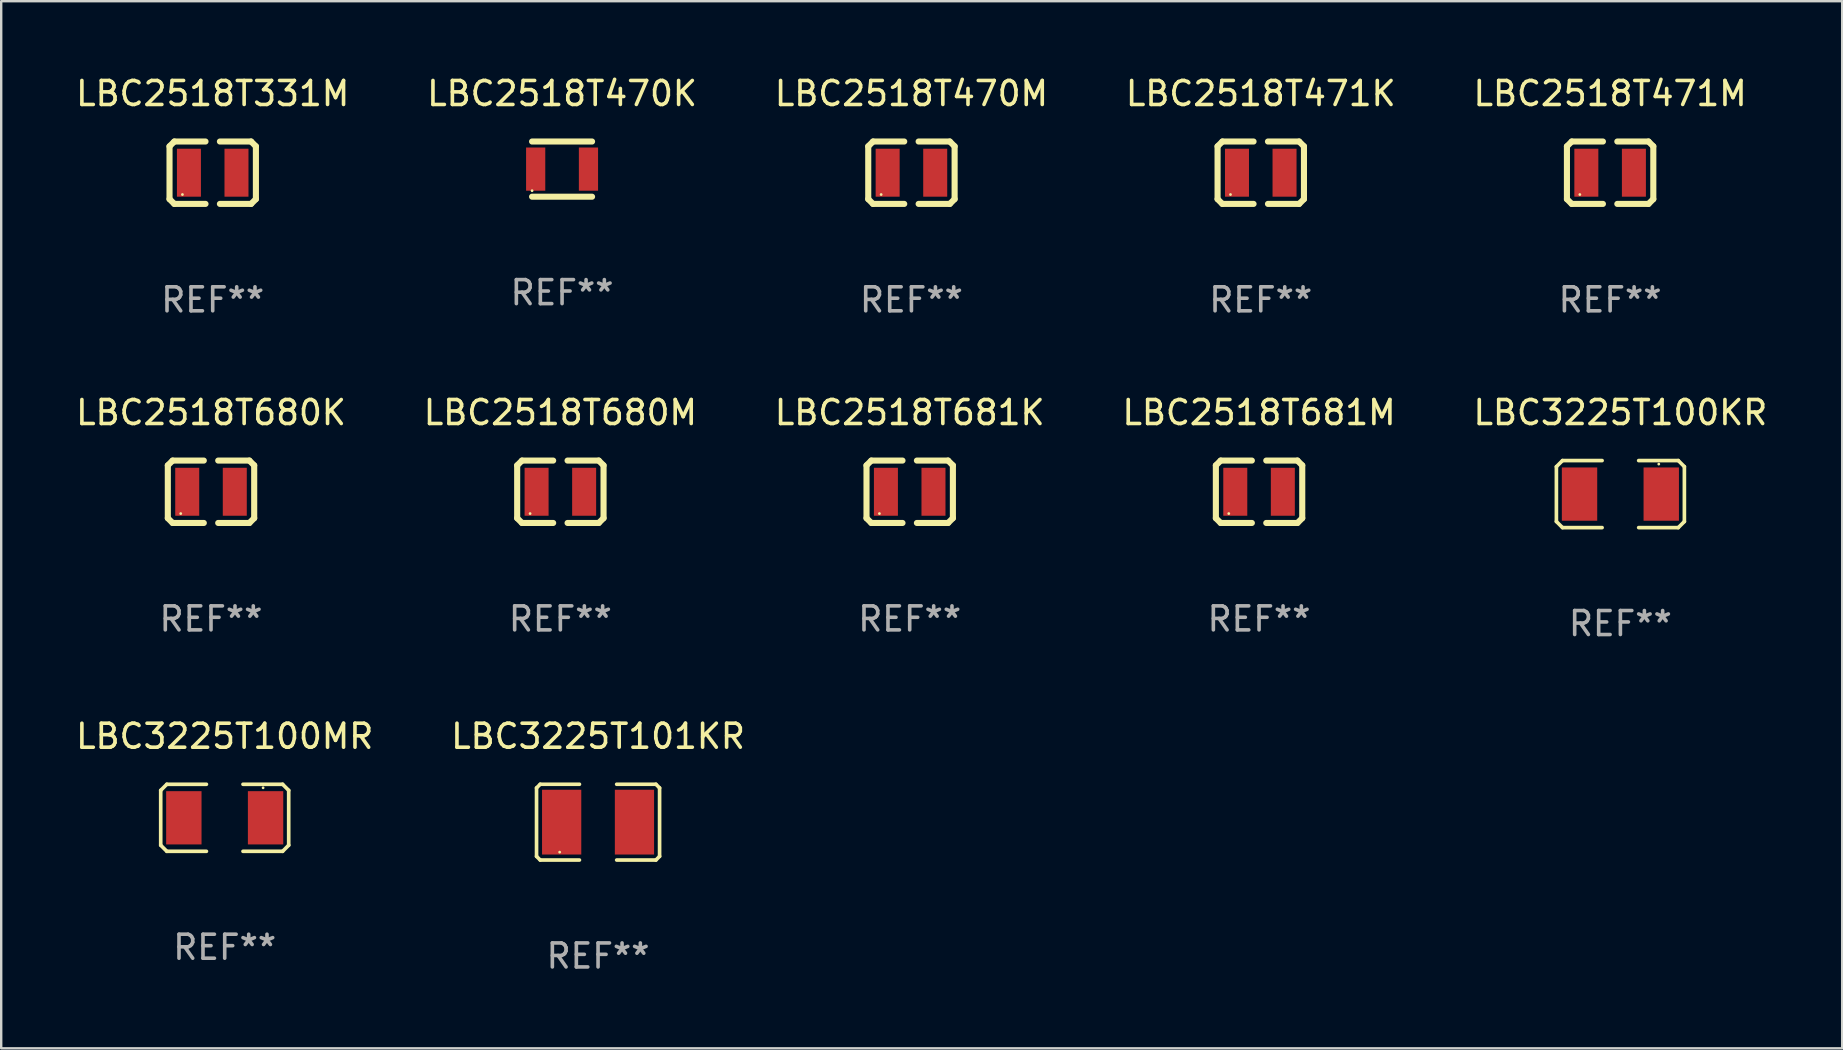
<source format=kicad_pcb>
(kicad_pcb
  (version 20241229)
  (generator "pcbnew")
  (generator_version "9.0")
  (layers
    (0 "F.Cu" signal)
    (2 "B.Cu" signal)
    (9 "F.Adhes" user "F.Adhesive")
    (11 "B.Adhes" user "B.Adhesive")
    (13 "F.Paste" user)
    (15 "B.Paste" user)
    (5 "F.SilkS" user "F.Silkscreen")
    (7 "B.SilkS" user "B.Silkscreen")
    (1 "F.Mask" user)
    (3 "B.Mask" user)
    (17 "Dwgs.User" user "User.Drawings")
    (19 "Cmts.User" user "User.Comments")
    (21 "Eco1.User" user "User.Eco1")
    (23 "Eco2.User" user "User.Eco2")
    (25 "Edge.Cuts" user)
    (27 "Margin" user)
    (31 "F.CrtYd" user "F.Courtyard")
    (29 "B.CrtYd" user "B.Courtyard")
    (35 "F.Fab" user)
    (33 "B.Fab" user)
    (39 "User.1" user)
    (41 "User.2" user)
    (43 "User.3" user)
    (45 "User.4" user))
  (footprint "LBC2518T681M"
    (layer "F.Cu")
    (at 49.423 17.445)
    (property "Reference" "LBC2518T681M" (at 0 -3.3 0) (layer "F.SilkS") (effects (font (size 1 1) (thickness 0.15))))
    (attr through_hole)
    (fp_line (start -1.8 -1.1) (end -1.8 1.1) (stroke (width 0.254) (type solid)) (layer "F.SilkS"))
    (fp_line (start -1.8 1.1) (end -1.6 1.3) (stroke (width 0.254) (type solid)) (layer "F.SilkS"))
    (fp_line (start -1.6 -1.3) (end -1.8 -1.1) (stroke (width 0.254) (type solid)) (layer "F.SilkS"))
    (fp_line (start -1.6 1.3) (end -0.3 1.3) (stroke (width 0.254) (type solid)) (layer "F.SilkS"))
    (fp_line (start -0.3 -1.3) (end -1.6 -1.3) (stroke (width 0.254) (type solid)) (layer "F.SilkS"))
    (fp_line (start 0.3 1.3) (end 1.6 1.3) (stroke (width 0.254) (type solid)) (layer "F.SilkS"))
    (fp_line (start 1.6 -1.3) (end 0.3 -1.3) (stroke (width 0.254) (type solid)) (layer "F.SilkS"))
    (fp_line (start 1.6 1.3) (end 1.8 1.1) (stroke (width 0.254) (type solid)) (layer "F.SilkS"))
    (fp_line (start 1.8 -1.1) (end 1.6 -1.3) (stroke (width 0.254) (type solid)) (layer "F.SilkS"))
    (fp_line (start 1.8 1.1) (end 1.8 -1.1) (stroke (width 0.254) (type solid)) (layer "F.SilkS"))
    (fp_circle (center -1.262 0.909) (end -1.232 0.909) (stroke (width 0.06) (type solid)) (fill no) (layer "F.SilkS"))
    (fp_text user "REF**" (at 0 5.3 0) (layer "F.Fab") (effects (font (size 1 1) (thickness 0.15))))
    (pad "1" smd rect (at -0.991 -0.00014 90) (size 1.999 1) (layers "F.Cu" "F.Mask" "F.Paste"))
    (pad "2" smd rect (at 0.991 -0.00014 90) (size 1.999 1) (layers "F.Cu" "F.Mask" "F.Paste")))
  (footprint "LBC3225T101KR"
    (layer "F.Cu")
    (at 21.875 31.214)
    (property "Reference" "LBC3225T101KR" (at 0 -3.579 0) (layer "F.SilkS") (effects (font (size 1 1) (thickness 0.15))))
    (attr through_hole)
    (fp_line (start -2.564 -1.426) (end -2.564 1.426) (stroke (width 0.152) (type solid)) (layer "F.SilkS"))
    (fp_line (start -2.564 1.426) (end -2.411 1.579) (stroke (width 0.152) (type solid)) (layer "F.SilkS"))
    (fp_line (start -2.411 -1.579) (end -2.564 -1.426) (stroke (width 0.152) (type solid)) (layer "F.SilkS"))
    (fp_line (start -2.411 1.579) (end -0.776 1.579) (stroke (width 0.152) (type solid)) (layer "F.SilkS"))
    (fp_line (start -0.776 -1.579) (end -2.411 -1.579) (stroke (width 0.152) (type solid)) (layer "F.SilkS"))
    (fp_line (start 0.776 -1.579) (end 2.411 -1.579) (stroke (width 0.152) (type solid)) (layer "F.SilkS"))
    (fp_line (start 2.411 -1.579) (end 2.564 -1.426) (stroke (width 0.152) (type solid)) (layer "F.SilkS"))
    (fp_line (start 2.411 1.579) (end 0.776 1.579) (stroke (width 0.152) (type solid)) (layer "F.SilkS"))
    (fp_line (start 2.564 -1.426) (end 2.564 1.426) (stroke (width 0.152) (type solid)) (layer "F.SilkS"))
    (fp_line (start 2.564 1.426) (end 2.411 1.579) (stroke (width 0.152) (type solid)) (layer "F.SilkS"))
    (fp_circle (center -1.6 1.25) (end -1.57 1.25) (stroke (width 0.06) (type solid)) (fill no) (layer "F.SilkS"))
    (fp_text user "REF**" (at 0 5.579 0) (layer "F.Fab") (effects (font (size 1 1) (thickness 0.15))))
    (pad "1" smd rect (at -1.517 -0.000013) (size 1.635 2.7) (layers "F.Cu" "F.Mask" "F.Paste"))
    (pad "2" smd rect (at 1.517 -0.000013) (size 1.635 2.7) (layers "F.Cu" "F.Mask" "F.Paste")))
  (footprint "LBC3225T100KR"
    (layer "F.Cu")
    (at 64.482 17.542)
    (property "Reference" "LBC3225T100KR" (at 0 -3.397 0) (layer "F.SilkS") (effects (font (size 1 1) (thickness 0.15))))
    (attr through_hole)
    (fp_line (start -2.667 -1.143) (end -2.413 -1.397) (stroke (width 0.152) (type solid)) (layer "F.SilkS"))
    (fp_line (start -2.667 1.143) (end -2.667 -1.143) (stroke (width 0.152) (type solid)) (layer "F.SilkS"))
    (fp_line (start -2.413 -1.397) (end -0.762 -1.397) (stroke (width 0.152) (type solid)) (layer "F.SilkS"))
    (fp_line (start -2.413 1.397) (end -2.667 1.143) (stroke (width 0.152) (type solid)) (layer "F.SilkS"))
    (fp_line (start -0.762 1.397) (end -2.413 1.397) (stroke (width 0.152) (type solid)) (layer "F.SilkS"))
    (fp_line (start 0.762 -1.397) (end 2.413 -1.397) (stroke (width 0.152) (type solid)) (layer "F.SilkS"))
    (fp_line (start 2.413 -1.397) (end 2.667 -1.143) (stroke (width 0.152) (type solid)) (layer "F.SilkS"))
    (fp_line (start 2.413 1.397) (end 0.762 1.397) (stroke (width 0.152) (type solid)) (layer "F.SilkS"))
    (fp_line (start 2.667 -1.143) (end 2.667 1.143) (stroke (width 0.152) (type solid)) (layer "F.SilkS"))
    (fp_line (start 2.667 1.143) (end 2.413 1.397) (stroke (width 0.152) (type solid)) (layer "F.SilkS"))
    (fp_circle (center 1.6 -1.25) (end 1.63 -1.25) (stroke (width 0.06) (type solid)) (fill no) (layer "F.SilkS"))
    (fp_text user "REF**" (at 0 5.397 0) (layer "F.Fab") (effects (font (size 1 1) (thickness 0.15))))
    (pad "1" smd rect (at 1.703 0) (size 1.474 2.22) (layers "F.Cu" "F.Mask" "F.Paste"))
    (pad "2" smd rect (at -1.703 0) (size 1.474 2.22) (layers "F.Cu" "F.Mask" "F.Paste")))
  (footprint "LBC2518T471K"
    (layer "F.Cu")
    (at 49.494 4.148)
    (property "Reference" "LBC2518T471K" (at 0 -3.3 0) (layer "F.SilkS") (effects (font (size 1 1) (thickness 0.15))))
    (attr through_hole)
    (fp_line (start -1.8 -1.1) (end -1.8 1.1) (stroke (width 0.254) (type solid)) (layer "F.SilkS"))
    (fp_line (start -1.8 1.1) (end -1.6 1.3) (stroke (width 0.254) (type solid)) (layer "F.SilkS"))
    (fp_line (start -1.6 -1.3) (end -1.8 -1.1) (stroke (width 0.254) (type solid)) (layer "F.SilkS"))
    (fp_line (start -1.6 1.3) (end -0.3 1.3) (stroke (width 0.254) (type solid)) (layer "F.SilkS"))
    (fp_line (start -0.3 -1.3) (end -1.6 -1.3) (stroke (width 0.254) (type solid)) (layer "F.SilkS"))
    (fp_line (start 0.3 1.3) (end 1.6 1.3) (stroke (width 0.254) (type solid)) (layer "F.SilkS"))
    (fp_line (start 1.6 -1.3) (end 0.3 -1.3) (stroke (width 0.254) (type solid)) (layer "F.SilkS"))
    (fp_line (start 1.6 1.3) (end 1.8 1.1) (stroke (width 0.254) (type solid)) (layer "F.SilkS"))
    (fp_line (start 1.8 -1.1) (end 1.6 -1.3) (stroke (width 0.254) (type solid)) (layer "F.SilkS"))
    (fp_line (start 1.8 1.1) (end 1.8 -1.1) (stroke (width 0.254) (type solid)) (layer "F.SilkS"))
    (fp_circle (center -1.262 0.909) (end -1.232 0.909) (stroke (width 0.06) (type solid)) (fill no) (layer "F.SilkS"))
    (fp_text user "REF**" (at 0 5.3 0) (layer "F.Fab") (effects (font (size 1 1) (thickness 0.15))))
    (pad "1" smd rect (at -0.991 -0.00014 90) (size 1.999 1) (layers "F.Cu" "F.Mask" "F.Paste"))
    (pad "2" smd rect (at 0.991 -0.00014 90) (size 1.999 1) (layers "F.Cu" "F.Mask" "F.Paste")))
  (footprint "LBC2518T470M"
    (layer "F.Cu")
    (at 34.935 4.148)
    (property "Reference" "LBC2518T470M" (at 0 -3.3 0) (layer "F.SilkS") (effects (font (size 1 1) (thickness 0.15))))
    (attr through_hole)
    (fp_line (start -1.8 -1.1) (end -1.8 1.1) (stroke (width 0.254) (type solid)) (layer "F.SilkS"))
    (fp_line (start -1.8 1.1) (end -1.6 1.3) (stroke (width 0.254) (type solid)) (layer "F.SilkS"))
    (fp_line (start -1.6 -1.3) (end -1.8 -1.1) (stroke (width 0.254) (type solid)) (layer "F.SilkS"))
    (fp_line (start -1.6 1.3) (end -0.3 1.3) (stroke (width 0.254) (type solid)) (layer "F.SilkS"))
    (fp_line (start -0.3 -1.3) (end -1.6 -1.3) (stroke (width 0.254) (type solid)) (layer "F.SilkS"))
    (fp_line (start 0.3 1.3) (end 1.6 1.3) (stroke (width 0.254) (type solid)) (layer "F.SilkS"))
    (fp_line (start 1.6 -1.3) (end 0.3 -1.3) (stroke (width 0.254) (type solid)) (layer "F.SilkS"))
    (fp_line (start 1.6 1.3) (end 1.8 1.1) (stroke (width 0.254) (type solid)) (layer "F.SilkS"))
    (fp_line (start 1.8 -1.1) (end 1.6 -1.3) (stroke (width 0.254) (type solid)) (layer "F.SilkS"))
    (fp_line (start 1.8 1.1) (end 1.8 -1.1) (stroke (width 0.254) (type solid)) (layer "F.SilkS"))
    (fp_circle (center -1.262 0.909) (end -1.232 0.909) (stroke (width 0.06) (type solid)) (fill no) (layer "F.SilkS"))
    (fp_text user "REF**" (at 0 5.3 0) (layer "F.Fab") (effects (font (size 1 1) (thickness 0.15))))
    (pad "1" smd rect (at -0.991 -0.00014 90) (size 1.999 1) (layers "F.Cu" "F.Mask" "F.Paste"))
    (pad "2" smd rect (at 0.991 -0.00014 90) (size 1.999 1) (layers "F.Cu" "F.Mask" "F.Paste")))
  (footprint "LBC3225T100MR"
    (layer "F.Cu")
    (at 6.315 31.033)
    (property "Reference" "LBC3225T100MR" (at 0 -3.397 0) (layer "F.SilkS") (effects (font (size 1 1) (thickness 0.15))))
    (attr through_hole)
    (fp_line (start -2.667 -1.143) (end -2.413 -1.397) (stroke (width 0.152) (type solid)) (layer "F.SilkS"))
    (fp_line (start -2.667 1.143) (end -2.667 -1.143) (stroke (width 0.152) (type solid)) (layer "F.SilkS"))
    (fp_line (start -2.413 -1.397) (end -0.762 -1.397) (stroke (width 0.152) (type solid)) (layer "F.SilkS"))
    (fp_line (start -2.413 1.397) (end -2.667 1.143) (stroke (width 0.152) (type solid)) (layer "F.SilkS"))
    (fp_line (start -0.762 1.397) (end -2.413 1.397) (stroke (width 0.152) (type solid)) (layer "F.SilkS"))
    (fp_line (start 0.762 -1.397) (end 2.413 -1.397) (stroke (width 0.152) (type solid)) (layer "F.SilkS"))
    (fp_line (start 2.413 -1.397) (end 2.667 -1.143) (stroke (width 0.152) (type solid)) (layer "F.SilkS"))
    (fp_line (start 2.413 1.397) (end 0.762 1.397) (stroke (width 0.152) (type solid)) (layer "F.SilkS"))
    (fp_line (start 2.667 -1.143) (end 2.667 1.143) (stroke (width 0.152) (type solid)) (layer "F.SilkS"))
    (fp_line (start 2.667 1.143) (end 2.413 1.397) (stroke (width 0.152) (type solid)) (layer "F.SilkS"))
    (fp_circle (center 1.6 -1.25) (end 1.63 -1.25) (stroke (width 0.06) (type solid)) (fill no) (layer "F.SilkS"))
    (fp_text user "REF**" (at 0 5.397 0) (layer "F.Fab") (effects (font (size 1 1) (thickness 0.15))))
    (pad "1" smd rect (at 1.703 0) (size 1.474 2.22) (layers "F.Cu" "F.Mask" "F.Paste"))
    (pad "2" smd rect (at -1.703 0) (size 1.474 2.22) (layers "F.Cu" "F.Mask" "F.Paste")))
  (footprint "LBC2518T680M"
    (layer "F.Cu")
    (at 20.304 17.445)
    (property "Reference" "LBC2518T680M" (at 0 -3.3 0) (layer "F.SilkS") (effects (font (size 1 1) (thickness 0.15))))
    (attr through_hole)
    (fp_line (start -1.8 -1.1) (end -1.8 1.1) (stroke (width 0.254) (type solid)) (layer "F.SilkS"))
    (fp_line (start -1.8 1.1) (end -1.6 1.3) (stroke (width 0.254) (type solid)) (layer "F.SilkS"))
    (fp_line (start -1.6 -1.3) (end -1.8 -1.1) (stroke (width 0.254) (type solid)) (layer "F.SilkS"))
    (fp_line (start -1.6 1.3) (end -0.3 1.3) (stroke (width 0.254) (type solid)) (layer "F.SilkS"))
    (fp_line (start -0.3 -1.3) (end -1.6 -1.3) (stroke (width 0.254) (type solid)) (layer "F.SilkS"))
    (fp_line (start 0.3 1.3) (end 1.6 1.3) (stroke (width 0.254) (type solid)) (layer "F.SilkS"))
    (fp_line (start 1.6 -1.3) (end 0.3 -1.3) (stroke (width 0.254) (type solid)) (layer "F.SilkS"))
    (fp_line (start 1.6 1.3) (end 1.8 1.1) (stroke (width 0.254) (type solid)) (layer "F.SilkS"))
    (fp_line (start 1.8 -1.1) (end 1.6 -1.3) (stroke (width 0.254) (type solid)) (layer "F.SilkS"))
    (fp_line (start 1.8 1.1) (end 1.8 -1.1) (stroke (width 0.254) (type solid)) (layer "F.SilkS"))
    (fp_circle (center -1.262 0.909) (end -1.232 0.909) (stroke (width 0.06) (type solid)) (fill no) (layer "F.SilkS"))
    (fp_text user "REF**" (at 0 5.3 0) (layer "F.Fab") (effects (font (size 1 1) (thickness 0.15))))
    (pad "1" smd rect (at -0.991 -0.00014 90) (size 1.999 1) (layers "F.Cu" "F.Mask" "F.Paste"))
    (pad "2" smd rect (at 0.991 -0.00014 90) (size 1.999 1) (layers "F.Cu" "F.Mask" "F.Paste")))
  (footprint "LBC2518T680K"
    (layer "F.Cu")
    (at 5.744 17.445)
    (property "Reference" "LBC2518T680K" (at 0 -3.3 0) (layer "F.SilkS") (effects (font (size 1 1) (thickness 0.15))))
    (attr through_hole)
    (fp_line (start -1.8 -1.1) (end -1.8 1.1) (stroke (width 0.254) (type solid)) (layer "F.SilkS"))
    (fp_line (start -1.8 1.1) (end -1.6 1.3) (stroke (width 0.254) (type solid)) (layer "F.SilkS"))
    (fp_line (start -1.6 -1.3) (end -1.8 -1.1) (stroke (width 0.254) (type solid)) (layer "F.SilkS"))
    (fp_line (start -1.6 1.3) (end -0.3 1.3) (stroke (width 0.254) (type solid)) (layer "F.SilkS"))
    (fp_line (start -0.3 -1.3) (end -1.6 -1.3) (stroke (width 0.254) (type solid)) (layer "F.SilkS"))
    (fp_line (start 0.3 1.3) (end 1.6 1.3) (stroke (width 0.254) (type solid)) (layer "F.SilkS"))
    (fp_line (start 1.6 -1.3) (end 0.3 -1.3) (stroke (width 0.254) (type solid)) (layer "F.SilkS"))
    (fp_line (start 1.6 1.3) (end 1.8 1.1) (stroke (width 0.254) (type solid)) (layer "F.SilkS"))
    (fp_line (start 1.8 -1.1) (end 1.6 -1.3) (stroke (width 0.254) (type solid)) (layer "F.SilkS"))
    (fp_line (start 1.8 1.1) (end 1.8 -1.1) (stroke (width 0.254) (type solid)) (layer "F.SilkS"))
    (fp_circle (center -1.262 0.909) (end -1.232 0.909) (stroke (width 0.06) (type solid)) (fill no) (layer "F.SilkS"))
    (fp_text user "REF**" (at 0 5.3 0) (layer "F.Fab") (effects (font (size 1 1) (thickness 0.15))))
    (pad "1" smd rect (at -0.991 -0.00014 90) (size 1.999 1) (layers "F.Cu" "F.Mask" "F.Paste"))
    (pad "2" smd rect (at 0.991 -0.00014 90) (size 1.999 1) (layers "F.Cu" "F.Mask" "F.Paste")))
  (footprint "LBC2518T331M"
    (layer "F.Cu")
    (at 5.815 4.148)
    (property "Reference" "LBC2518T331M" (at 0 -3.3 0) (layer "F.SilkS") (effects (font (size 1 1) (thickness 0.15))))
    (attr through_hole)
    (fp_line (start -1.8 -1.1) (end -1.8 1.1) (stroke (width 0.254) (type solid)) (layer "F.SilkS"))
    (fp_line (start -1.8 1.1) (end -1.6 1.3) (stroke (width 0.254) (type solid)) (layer "F.SilkS"))
    (fp_line (start -1.6 -1.3) (end -1.8 -1.1) (stroke (width 0.254) (type solid)) (layer "F.SilkS"))
    (fp_line (start -1.6 1.3) (end -0.3 1.3) (stroke (width 0.254) (type solid)) (layer "F.SilkS"))
    (fp_line (start -0.3 -1.3) (end -1.6 -1.3) (stroke (width 0.254) (type solid)) (layer "F.SilkS"))
    (fp_line (start 0.3 1.3) (end 1.6 1.3) (stroke (width 0.254) (type solid)) (layer "F.SilkS"))
    (fp_line (start 1.6 -1.3) (end 0.3 -1.3) (stroke (width 0.254) (type solid)) (layer "F.SilkS"))
    (fp_line (start 1.6 1.3) (end 1.8 1.1) (stroke (width 0.254) (type solid)) (layer "F.SilkS"))
    (fp_line (start 1.8 -1.1) (end 1.6 -1.3) (stroke (width 0.254) (type solid)) (layer "F.SilkS"))
    (fp_line (start 1.8 1.1) (end 1.8 -1.1) (stroke (width 0.254) (type solid)) (layer "F.SilkS"))
    (fp_circle (center -1.262 0.909) (end -1.232 0.909) (stroke (width 0.06) (type solid)) (fill no) (layer "F.SilkS"))
    (fp_text user "REF**" (at 0 5.3 0) (layer "F.Fab") (effects (font (size 1 1) (thickness 0.15))))
    (pad "1" smd rect (at -0.991 -0.00014 90) (size 1.999 1) (layers "F.Cu" "F.Mask" "F.Paste"))
    (pad "2" smd rect (at 0.991 -0.00014 90) (size 1.999 1) (layers "F.Cu" "F.Mask" "F.Paste")))
  (footprint "LBC2518T681K"
    (layer "F.Cu")
    (at 34.863 17.445)
    (property "Reference" "LBC2518T681K" (at 0 -3.3 0) (layer "F.SilkS") (effects (font (size 1 1) (thickness 0.15))))
    (attr through_hole)
    (fp_line (start -1.8 -1.1) (end -1.8 1.1) (stroke (width 0.254) (type solid)) (layer "F.SilkS"))
    (fp_line (start -1.8 1.1) (end -1.6 1.3) (stroke (width 0.254) (type solid)) (layer "F.SilkS"))
    (fp_line (start -1.6 -1.3) (end -1.8 -1.1) (stroke (width 0.254) (type solid)) (layer "F.SilkS"))
    (fp_line (start -1.6 1.3) (end -0.3 1.3) (stroke (width 0.254) (type solid)) (layer "F.SilkS"))
    (fp_line (start -0.3 -1.3) (end -1.6 -1.3) (stroke (width 0.254) (type solid)) (layer "F.SilkS"))
    (fp_line (start 0.3 1.3) (end 1.6 1.3) (stroke (width 0.254) (type solid)) (layer "F.SilkS"))
    (fp_line (start 1.6 -1.3) (end 0.3 -1.3) (stroke (width 0.254) (type solid)) (layer "F.SilkS"))
    (fp_line (start 1.6 1.3) (end 1.8 1.1) (stroke (width 0.254) (type solid)) (layer "F.SilkS"))
    (fp_line (start 1.8 -1.1) (end 1.6 -1.3) (stroke (width 0.254) (type solid)) (layer "F.SilkS"))
    (fp_line (start 1.8 1.1) (end 1.8 -1.1) (stroke (width 0.254) (type solid)) (layer "F.SilkS"))
    (fp_circle (center -1.262 0.909) (end -1.232 0.909) (stroke (width 0.06) (type solid)) (fill no) (layer "F.SilkS"))
    (fp_text user "REF**" (at 0 5.3 0) (layer "F.Fab") (effects (font (size 1 1) (thickness 0.15))))
    (pad "1" smd rect (at -0.991 -0.00014 90) (size 1.999 1) (layers "F.Cu" "F.Mask" "F.Paste"))
    (pad "2" smd rect (at 0.991 -0.00014 90) (size 1.999 1) (layers "F.Cu" "F.Mask" "F.Paste")))
  (footprint "LBC2518T471M"
    (layer "F.Cu")
    (at 64.054 4.148)
    (property "Reference" "LBC2518T471M" (at 0 -3.3 0) (layer "F.SilkS") (effects (font (size 1 1) (thickness 0.15))))
    (attr through_hole)
    (fp_line (start -1.8 -1.1) (end -1.8 1.1) (stroke (width 0.254) (type solid)) (layer "F.SilkS"))
    (fp_line (start -1.8 1.1) (end -1.6 1.3) (stroke (width 0.254) (type solid)) (layer "F.SilkS"))
    (fp_line (start -1.6 -1.3) (end -1.8 -1.1) (stroke (width 0.254) (type solid)) (layer "F.SilkS"))
    (fp_line (start -1.6 1.3) (end -0.3 1.3) (stroke (width 0.254) (type solid)) (layer "F.SilkS"))
    (fp_line (start -0.3 -1.3) (end -1.6 -1.3) (stroke (width 0.254) (type solid)) (layer "F.SilkS"))
    (fp_line (start 0.3 1.3) (end 1.6 1.3) (stroke (width 0.254) (type solid)) (layer "F.SilkS"))
    (fp_line (start 1.6 -1.3) (end 0.3 -1.3) (stroke (width 0.254) (type solid)) (layer "F.SilkS"))
    (fp_line (start 1.6 1.3) (end 1.8 1.1) (stroke (width 0.254) (type solid)) (layer "F.SilkS"))
    (fp_line (start 1.8 -1.1) (end 1.6 -1.3) (stroke (width 0.254) (type solid)) (layer "F.SilkS"))
    (fp_line (start 1.8 1.1) (end 1.8 -1.1) (stroke (width 0.254) (type solid)) (layer "F.SilkS"))
    (fp_circle (center -1.262 0.909) (end -1.232 0.909) (stroke (width 0.06) (type solid)) (fill no) (layer "F.SilkS"))
    (fp_text user "REF**" (at 0 5.3 0) (layer "F.Fab") (effects (font (size 1 1) (thickness 0.15))))
    (pad "1" smd rect (at -0.991 -0.00014 90) (size 1.999 1) (layers "F.Cu" "F.Mask" "F.Paste"))
    (pad "2" smd rect (at 0.991 -0.00014 90) (size 1.999 1) (layers "F.Cu" "F.Mask" "F.Paste")))
  (footprint "LBC2518T470K"
    (layer "F.Cu")
    (at 20.375 3.998)
    (property "Reference" "LBC2518T470K" (at 0 -3.15 0) (layer "F.SilkS") (effects (font (size 1 1) (thickness 0.15))))
    (attr through_hole)
    (fp_line (start -1.25 -1.15) (end 1.25 -1.15) (stroke (width 0.254) (type solid)) (layer "F.SilkS"))
    (fp_line (start -1.25 1.15) (end 1.25 1.15) (stroke (width 0.254) (type solid)) (layer "F.SilkS"))
    (fp_circle (center -1.25 0.9) (end -1.22 0.9) (stroke (width 0.06) (type solid)) (fill no) (layer "F.SilkS"))
    (fp_text user "REF**" (at 0 5.15 0) (layer "F.Fab") (effects (font (size 1 1) (thickness 0.15))))
    (pad "1" smd rect (at -1.1 0 90) (size 1.8 0.8) (layers "F.Cu" "F.Mask" "F.Paste"))
    (pad "2" smd rect (at 1.1 0 90) (size 1.8 0.8) (layers "F.Cu" "F.Mask" "F.Paste")))
  (gr_rect
    (start -3 -3)
    (end 73.726 40.641)
    (stroke (width 0.1) (type default))
    (fill no)
    (layer "Edge.Cuts")))
</source>
